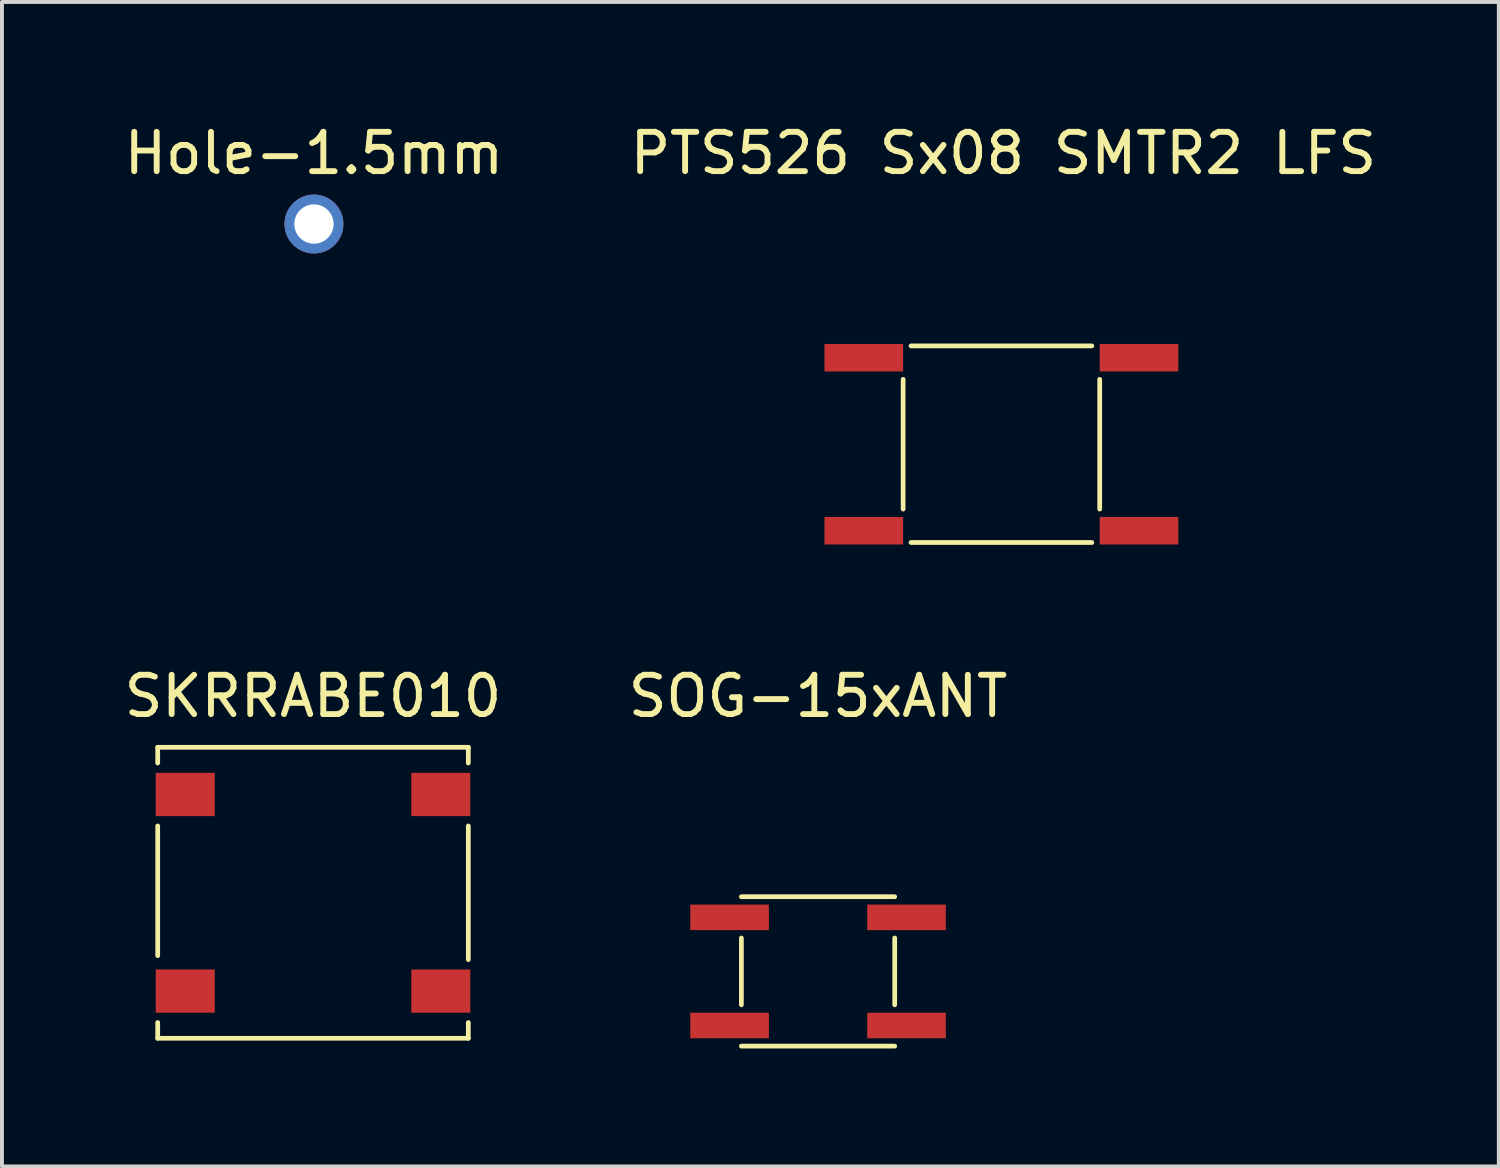
<source format=kicad_pcb>
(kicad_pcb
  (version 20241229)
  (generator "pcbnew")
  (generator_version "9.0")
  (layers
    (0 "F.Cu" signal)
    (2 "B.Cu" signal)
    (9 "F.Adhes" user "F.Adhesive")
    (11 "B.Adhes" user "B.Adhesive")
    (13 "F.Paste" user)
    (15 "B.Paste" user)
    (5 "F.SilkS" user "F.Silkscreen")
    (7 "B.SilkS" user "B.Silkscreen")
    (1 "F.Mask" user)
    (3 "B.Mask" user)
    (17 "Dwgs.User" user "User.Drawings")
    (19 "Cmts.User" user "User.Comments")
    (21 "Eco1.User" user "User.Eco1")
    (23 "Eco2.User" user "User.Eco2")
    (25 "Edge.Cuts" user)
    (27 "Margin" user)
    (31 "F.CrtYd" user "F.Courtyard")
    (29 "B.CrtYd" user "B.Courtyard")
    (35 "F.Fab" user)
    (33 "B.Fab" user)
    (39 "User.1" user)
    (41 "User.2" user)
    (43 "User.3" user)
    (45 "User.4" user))
  (footprint "Hole-1.5mm"
    (layer "F.Cu")
    (at 4.935 2.648)
    (property "Reference" "Hole-1.5mm" (at 0 -1.8 0) (layer "F.SilkS") (effects (font (size 1 1) (thickness 0.15))))
    (attr through_hole)
    (pad "1" thru_hole circle (at 0 0) (size 1.5 1.5) (drill 1) (layers "*.Cu" "*.Mask")))
  (footprint "PTS526 Sx08 SMTR2 LFS"
    (layer "F.Cu")
    (at 22.42 8.248)
    (property "Reference" "PTS526 Sx08 SMTR2 LFS" (at 0.05 -7.4 0) (layer "F.SilkS") (effects (font (size 1 1) (thickness 0.15))))
    (attr through_hole)
    (fp_line (start -2.5 -1.65) (end -2.5 1.65) (stroke (width 0.12) (type solid)) (layer "F.SilkS"))
    (fp_line (start -2.3 2.5) (end 2.3 2.5) (stroke (width 0.12) (type solid)) (layer "F.SilkS"))
    (fp_line (start 2.3 -2.5) (end -2.3 -2.5) (stroke (width 0.12) (type solid)) (layer "F.SilkS"))
    (fp_line (start 2.5 1.65) (end 2.5 -1.65) (stroke (width 0.12) (type solid)) (layer "F.SilkS"))
    (pad "1" smd rect (at -3.5 2.2) (size 2 0.7) (layers "F.Cu" "F.Mask" "F.Paste"))
    (pad "2" smd rect (at 3.5 2.2) (size 2 0.7) (layers "F.Cu" "F.Mask" "F.Paste"))
    (pad "3" smd rect (at 3.5 -2.2) (size 2 0.7) (layers "F.Cu" "F.Mask" "F.Paste"))
    (pad "4" smd rect (at -3.5 -2.2) (size 2 0.7) (layers "F.Cu" "F.Mask" "F.Paste")))
  (footprint "SKRRABE010"
    (layer "F.Cu")
    (at 4.911 19.657)
    (property "Reference" "SKRRABE010" (at 0 -5 0) (layer "F.SilkS") (effects (font (size 1 1) (thickness 0.15))))
    (attr through_hole)
    (fp_line (start -3.95 -3.7) (end -3.95 -3.3) (stroke (width 0.12) (type solid)) (layer "F.SilkS"))
    (fp_line (start -3.95 -3.7) (end 3.95 -3.7) (stroke (width 0.12) (type solid)) (layer "F.SilkS"))
    (fp_line (start -3.95 1.6) (end -3.95 -1.7) (stroke (width 0.12) (type solid)) (layer "F.SilkS"))
    (fp_line (start -3.95 3.7) (end -3.95 3.3) (stroke (width 0.12) (type solid)) (layer "F.SilkS"))
    (fp_line (start 3.95 -3.7) (end 3.95 -3.3) (stroke (width 0.12) (type solid)) (layer "F.SilkS"))
    (fp_line (start 3.95 -1.7) (end 3.95 1.7) (stroke (width 0.12) (type solid)) (layer "F.SilkS"))
    (fp_line (start 3.95 3.3) (end 3.95 3.7) (stroke (width 0.12) (type solid)) (layer "F.SilkS"))
    (fp_line (start 3.95 3.7) (end -3.95 3.7) (stroke (width 0.12) (type solid)) (layer "F.SilkS"))
    (pad "1" smd rect (at -3.25 2.5) (size 1.5 1.1) (layers "F.Cu" "F.Mask" "F.Paste"))
    (pad "2" smd rect (at 3.25 2.5 180) (size 1.5 1.1) (layers "F.Cu" "F.Mask" "F.Paste"))
    (pad "3" smd rect (at 3.25 -2.5 180) (size 1.5 1.1) (layers "F.Cu" "F.Mask" "F.Paste"))
    (pad "4" smd rect (at -3.25 -2.5 180) (size 1.5 1.1) (layers "F.Cu" "F.Mask" "F.Paste")))
  (footprint "SOG-15xANT"
    (layer "F.Cu")
    (at 17.756 21.657)
    (property "Reference" "SOG-15xANT" (at 0 -7 0) (layer "F.SilkS") (effects (font (size 1 1) (thickness 0.15))))
    (attr through_hole)
    (fp_line (start -1.95 -1.9) (end 1.95 -1.9) (stroke (width 0.12) (type solid)) (layer "F.SilkS"))
    (fp_line (start -1.95 -0.85) (end -1.95 0.85) (stroke (width 0.12) (type solid)) (layer "F.SilkS"))
    (fp_line (start 1.95 -0.85) (end 1.95 0.85) (stroke (width 0.12) (type solid)) (layer "F.SilkS"))
    (fp_line (start 1.95 1.9) (end -1.95 1.9) (stroke (width 0.12) (type solid)) (layer "F.SilkS"))
    (pad "1" smd rect (at -2.25 1.375) (size 2 0.65) (layers "F.Cu" "F.Mask" "F.Paste"))
    (pad "2" smd rect (at 2.25 1.375) (size 2 0.65) (layers "F.Cu" "F.Mask" "F.Paste"))
    (pad "3" smd rect (at 2.25 -1.375) (size 2 0.65) (layers "F.Cu" "F.Mask" "F.Paste"))
    (pad "4" smd rect (at -2.25 -1.375) (size 2 0.65) (layers "F.Cu" "F.Mask" "F.Paste")))
  (gr_rect
    (start -3 -3)
    (end 35.071 26.616)
    (stroke (width 0.1) (type default))
    (fill no)
    (layer "Edge.Cuts")))
</source>
